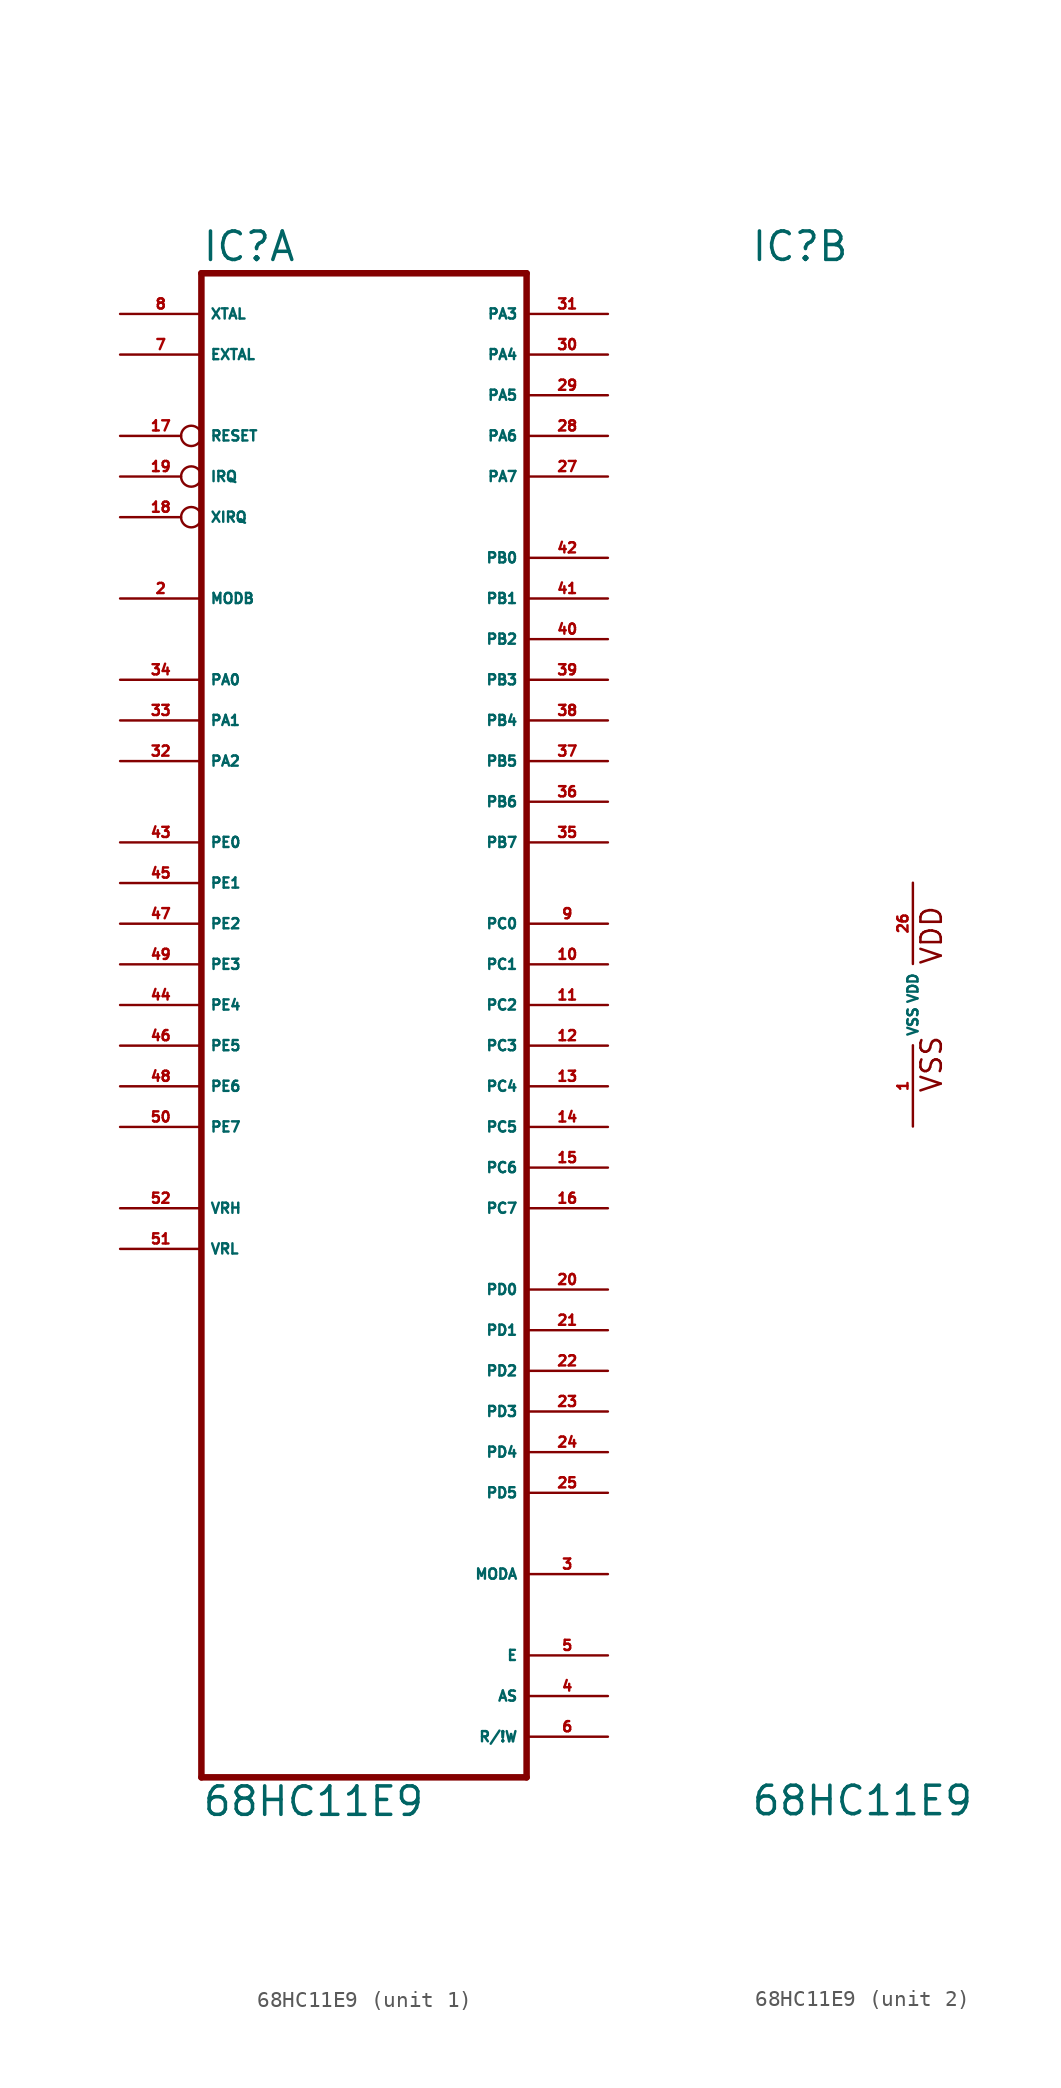
<source format=kicad_sym>
(kicad_symbol_lib
  (version 20220914)
  (generator Eagle2Kicad)
  (symbol "68HC11E9"
    (property "Reference" "IC"
      (at -10.16 46.355 0)
      (effects (font (size 1.778 1.778) (thickness 0.22)) (justify left bottom)))
    (property "Value" "68HC11E9"
      (at -10.16 -50.8 0)
      (effects (font (size 1.778 1.778) (thickness 0.22)) (justify left bottom)))
    (symbol "68HC11E9_1_0"
      (polyline (pts (xy -10.16 -48.26) (xy 10.16 -48.26)) (stroke (width 0.406) (type default)) (fill (type none)))
      (polyline (pts (xy 10.16 -48.26) (xy 10.16 45.72)) (stroke (width 0.406) (type default)) (fill (type none)))
      (polyline (pts (xy 10.16 45.72) (xy -10.16 45.72)) (stroke (width 0.406) (type default)) (fill (type none)))
      (polyline (pts (xy -10.16 45.72) (xy -10.16 -48.26)) (stroke (width 0.406) (type default)) (fill (type none)))
      (pin input line (at -15.24 25.4 0) (length 5.08) (name "MODB" (effects (font (size 0.635 0.635) (thickness 0.08)) (justify left bottom))) (number "2" (effects (font (size 0.635 0.635) (thickness 0.08)) (justify left bottom))))
      (pin bidirectional line (at 15.24 -35.56 180) (length 5.08) (name "MODA" (effects (font (size 0.635 0.635) (thickness 0.08)) (justify left bottom))) (number "3" (effects (font (size 0.635 0.635) (thickness 0.08)) (justify left bottom))))
      (pin bidirectional line (at 15.24 -43.18 180) (length 5.08) (name "AS" (effects (font (size 0.635 0.635) (thickness 0.08)) (justify left bottom))) (number "4" (effects (font (size 0.635 0.635) (thickness 0.08)) (justify left bottom))))
      (pin output line (at 15.24 -40.64 180) (length 5.08) (name "E" (effects (font (size 0.635 0.635) (thickness 0.08)) (justify left bottom))) (number "5" (effects (font (size 0.635 0.635) (thickness 0.08)) (justify left bottom))))
      (pin bidirectional line (at 15.24 -45.72 180) (length 5.08) (name "R/!W" (effects (font (size 0.635 0.635) (thickness 0.08)) (justify left bottom))) (number "6" (effects (font (size 0.635 0.635) (thickness 0.08)) (justify left bottom))))
      (pin bidirectional line (at -15.24 40.64 0) (length 5.08) (name "EXTAL" (effects (font (size 0.635 0.635) (thickness 0.08)) (justify left bottom))) (number "7" (effects (font (size 0.635 0.635) (thickness 0.08)) (justify left bottom))))
      (pin output line (at -15.24 43.18 0) (length 5.08) (name "XTAL" (effects (font (size 0.635 0.635) (thickness 0.08)) (justify left bottom))) (number "8" (effects (font (size 0.635 0.635) (thickness 0.08)) (justify left bottom))))
      (pin bidirectional line (at 15.24 5.08 180) (length 5.08) (name "PC0" (effects (font (size 0.635 0.635) (thickness 0.08)) (justify left bottom))) (number "9" (effects (font (size 0.635 0.635) (thickness 0.08)) (justify left bottom))))
      (pin bidirectional line (at 15.24 2.54 180) (length 5.08) (name "PC1" (effects (font (size 0.635 0.635) (thickness 0.08)) (justify left bottom))) (number "10" (effects (font (size 0.635 0.635) (thickness 0.08)) (justify left bottom))))
      (pin bidirectional line (at 15.24 0 180) (length 5.08) (name "PC2" (effects (font (size 0.635 0.635) (thickness 0.08)) (justify left bottom))) (number "11" (effects (font (size 0.635 0.635) (thickness 0.08)) (justify left bottom))))
      (pin bidirectional line (at 15.24 -2.54 180) (length 5.08) (name "PC3" (effects (font (size 0.635 0.635) (thickness 0.08)) (justify left bottom))) (number "12" (effects (font (size 0.635 0.635) (thickness 0.08)) (justify left bottom))))
      (pin bidirectional line (at 15.24 -5.08 180) (length 5.08) (name "PC4" (effects (font (size 0.635 0.635) (thickness 0.08)) (justify left bottom))) (number "13" (effects (font (size 0.635 0.635) (thickness 0.08)) (justify left bottom))))
      (pin bidirectional line (at 15.24 -7.62 180) (length 5.08) (name "PC5" (effects (font (size 0.635 0.635) (thickness 0.08)) (justify left bottom))) (number "14" (effects (font (size 0.635 0.635) (thickness 0.08)) (justify left bottom))))
      (pin bidirectional line (at 15.24 -10.16 180) (length 5.08) (name "PC6" (effects (font (size 0.635 0.635) (thickness 0.08)) (justify left bottom))) (number "15" (effects (font (size 0.635 0.635) (thickness 0.08)) (justify left bottom))))
      (pin bidirectional line (at 15.24 -12.7 180) (length 5.08) (name "PC7" (effects (font (size 0.635 0.635) (thickness 0.08)) (justify left bottom))) (number "16" (effects (font (size 0.635 0.635) (thickness 0.08)) (justify left bottom))))
      (pin bidirectional inverted (at -15.24 35.56 0) (length 5.08) (name "RESET" (effects (font (size 0.635 0.635) (thickness 0.08)) (justify left bottom))) (number "17" (effects (font (size 0.635 0.635) (thickness 0.08)) (justify left bottom))))
      (pin input inverted (at -15.24 30.48 0) (length 5.08) (name "XIRQ" (effects (font (size 0.635 0.635) (thickness 0.08)) (justify left bottom))) (number "18" (effects (font (size 0.635 0.635) (thickness 0.08)) (justify left bottom))))
      (pin input inverted (at -15.24 33.02 0) (length 5.08) (name "IRQ" (effects (font (size 0.635 0.635) (thickness 0.08)) (justify left bottom))) (number "19" (effects (font (size 0.635 0.635) (thickness 0.08)) (justify left bottom))))
      (pin bidirectional line (at 15.24 -17.78 180) (length 5.08) (name "PD0" (effects (font (size 0.635 0.635) (thickness 0.08)) (justify left bottom))) (number "20" (effects (font (size 0.635 0.635) (thickness 0.08)) (justify left bottom))))
      (pin bidirectional line (at 15.24 -20.32 180) (length 5.08) (name "PD1" (effects (font (size 0.635 0.635) (thickness 0.08)) (justify left bottom))) (number "21" (effects (font (size 0.635 0.635) (thickness 0.08)) (justify left bottom))))
      (pin bidirectional line (at 15.24 -22.86 180) (length 5.08) (name "PD2" (effects (font (size 0.635 0.635) (thickness 0.08)) (justify left bottom))) (number "22" (effects (font (size 0.635 0.635) (thickness 0.08)) (justify left bottom))))
      (pin bidirectional line (at 15.24 -25.4 180) (length 5.08) (name "PD3" (effects (font (size 0.635 0.635) (thickness 0.08)) (justify left bottom))) (number "23" (effects (font (size 0.635 0.635) (thickness 0.08)) (justify left bottom))))
      (pin bidirectional line (at 15.24 -27.94 180) (length 5.08) (name "PD4" (effects (font (size 0.635 0.635) (thickness 0.08)) (justify left bottom))) (number "24" (effects (font (size 0.635 0.635) (thickness 0.08)) (justify left bottom))))
      (pin bidirectional line (at 15.24 -30.48 180) (length 5.08) (name "PD5" (effects (font (size 0.635 0.635) (thickness 0.08)) (justify left bottom))) (number "25" (effects (font (size 0.635 0.635) (thickness 0.08)) (justify left bottom))))
      (pin bidirectional line (at 15.24 33.02 180) (length 5.08) (name "PA7" (effects (font (size 0.635 0.635) (thickness 0.08)) (justify left bottom))) (number "27" (effects (font (size 0.635 0.635) (thickness 0.08)) (justify left bottom))))
      (pin output line (at 15.24 35.56 180) (length 5.08) (name "PA6" (effects (font (size 0.635 0.635) (thickness 0.08)) (justify left bottom))) (number "28" (effects (font (size 0.635 0.635) (thickness 0.08)) (justify left bottom))))
      (pin output line (at 15.24 38.1 180) (length 5.08) (name "PA5" (effects (font (size 0.635 0.635) (thickness 0.08)) (justify left bottom))) (number "29" (effects (font (size 0.635 0.635) (thickness 0.08)) (justify left bottom))))
      (pin output line (at 15.24 40.64 180) (length 5.08) (name "PA4" (effects (font (size 0.635 0.635) (thickness 0.08)) (justify left bottom))) (number "30" (effects (font (size 0.635 0.635) (thickness 0.08)) (justify left bottom))))
      (pin bidirectional line (at 15.24 43.18 180) (length 5.08) (name "PA3" (effects (font (size 0.635 0.635) (thickness 0.08)) (justify left bottom))) (number "31" (effects (font (size 0.635 0.635) (thickness 0.08)) (justify left bottom))))
      (pin input line (at -15.24 15.24 0) (length 5.08) (name "PA2" (effects (font (size 0.635 0.635) (thickness 0.08)) (justify left bottom))) (number "32" (effects (font (size 0.635 0.635) (thickness 0.08)) (justify left bottom))))
      (pin input line (at -15.24 17.78 0) (length 5.08) (name "PA1" (effects (font (size 0.635 0.635) (thickness 0.08)) (justify left bottom))) (number "33" (effects (font (size 0.635 0.635) (thickness 0.08)) (justify left bottom))))
      (pin input line (at -15.24 20.32 0) (length 5.08) (name "PA0" (effects (font (size 0.635 0.635) (thickness 0.08)) (justify left bottom))) (number "34" (effects (font (size 0.635 0.635) (thickness 0.08)) (justify left bottom))))
      (pin output line (at 15.24 10.16 180) (length 5.08) (name "PB7" (effects (font (size 0.635 0.635) (thickness 0.08)) (justify left bottom))) (number "35" (effects (font (size 0.635 0.635) (thickness 0.08)) (justify left bottom))))
      (pin output line (at 15.24 12.7 180) (length 5.08) (name "PB6" (effects (font (size 0.635 0.635) (thickness 0.08)) (justify left bottom))) (number "36" (effects (font (size 0.635 0.635) (thickness 0.08)) (justify left bottom))))
      (pin output line (at 15.24 15.24 180) (length 5.08) (name "PB5" (effects (font (size 0.635 0.635) (thickness 0.08)) (justify left bottom))) (number "37" (effects (font (size 0.635 0.635) (thickness 0.08)) (justify left bottom))))
      (pin output line (at 15.24 17.78 180) (length 5.08) (name "PB4" (effects (font (size 0.635 0.635) (thickness 0.08)) (justify left bottom))) (number "38" (effects (font (size 0.635 0.635) (thickness 0.08)) (justify left bottom))))
      (pin output line (at 15.24 20.32 180) (length 5.08) (name "PB3" (effects (font (size 0.635 0.635) (thickness 0.08)) (justify left bottom))) (number "39" (effects (font (size 0.635 0.635) (thickness 0.08)) (justify left bottom))))
      (pin output line (at 15.24 22.86 180) (length 5.08) (name "PB2" (effects (font (size 0.635 0.635) (thickness 0.08)) (justify left bottom))) (number "40" (effects (font (size 0.635 0.635) (thickness 0.08)) (justify left bottom))))
      (pin output line (at 15.24 25.4 180) (length 5.08) (name "PB1" (effects (font (size 0.635 0.635) (thickness 0.08)) (justify left bottom))) (number "41" (effects (font (size 0.635 0.635) (thickness 0.08)) (justify left bottom))))
      (pin output line (at 15.24 27.94 180) (length 5.08) (name "PB0" (effects (font (size 0.635 0.635) (thickness 0.08)) (justify left bottom))) (number "42" (effects (font (size 0.635 0.635) (thickness 0.08)) (justify left bottom))))
      (pin input line (at -15.24 10.16 0) (length 5.08) (name "PE0" (effects (font (size 0.635 0.635) (thickness 0.08)) (justify left bottom))) (number "43" (effects (font (size 0.635 0.635) (thickness 0.08)) (justify left bottom))))
      (pin input line (at -15.24 7.62 0) (length 5.08) (name "PE1" (effects (font (size 0.635 0.635) (thickness 0.08)) (justify left bottom))) (number "45" (effects (font (size 0.635 0.635) (thickness 0.08)) (justify left bottom))))
      (pin input line (at -15.24 5.08 0) (length 5.08) (name "PE2" (effects (font (size 0.635 0.635) (thickness 0.08)) (justify left bottom))) (number "47" (effects (font (size 0.635 0.635) (thickness 0.08)) (justify left bottom))))
      (pin input line (at -15.24 2.54 0) (length 5.08) (name "PE3" (effects (font (size 0.635 0.635) (thickness 0.08)) (justify left bottom))) (number "49" (effects (font (size 0.635 0.635) (thickness 0.08)) (justify left bottom))))
      (pin input line (at -15.24 0 0) (length 5.08) (name "PE4" (effects (font (size 0.635 0.635) (thickness 0.08)) (justify left bottom))) (number "44" (effects (font (size 0.635 0.635) (thickness 0.08)) (justify left bottom))))
      (pin input line (at -15.24 -2.54 0) (length 5.08) (name "PE5" (effects (font (size 0.635 0.635) (thickness 0.08)) (justify left bottom))) (number "46" (effects (font (size 0.635 0.635) (thickness 0.08)) (justify left bottom))))
      (pin input line (at -15.24 -5.08 0) (length 5.08) (name "PE6" (effects (font (size 0.635 0.635) (thickness 0.08)) (justify left bottom))) (number "48" (effects (font (size 0.635 0.635) (thickness 0.08)) (justify left bottom))))
      (pin input line (at -15.24 -7.62 0) (length 5.08) (name "PE7" (effects (font (size 0.635 0.635) (thickness 0.08)) (justify left bottom))) (number "50" (effects (font (size 0.635 0.635) (thickness 0.08)) (justify left bottom))))
      (pin input line (at -15.24 -15.24 0) (length 5.08) (name "VRL" (effects (font (size 0.635 0.635) (thickness 0.08)) (justify left bottom))) (number "51" (effects (font (size 0.635 0.635) (thickness 0.08)) (justify left bottom))))
      (pin input line (at -15.24 -12.7 0) (length 5.08) (name "VRH" (effects (font (size 0.635 0.635) (thickness 0.08)) (justify left bottom))) (number "52" (effects (font (size 0.635 0.635) (thickness 0.08)) (justify left bottom)))))
    (symbol "68HC11E9_2_0"
      (text "VSS" (at 1.905 -5.588 900) (effects (font (size 1.27 1.27) (thickness 0.16)) (justify left bottom)))
      (text "VDD" (at 1.905 2.413 900) (effects (font (size 1.27 1.27) (thickness 0.16)) (justify left bottom)))
      (pin unspecified line (at 0 -7.62 90) (length 5.08) (name "VSS" (effects (font (size 0.635 0.635) (thickness 0.08)) (justify left bottom))) (number "1" (effects (font (size 0.635 0.635) (thickness 0.08)) (justify left bottom))))
      (pin unspecified line (at 0 7.62 270) (length 5.08) (name "VDD" (effects (font (size 0.635 0.635) (thickness 0.08)) (justify left bottom))) (number "26" (effects (font (size 0.635 0.635) (thickness 0.08)) (justify left bottom)))))))
</source>
